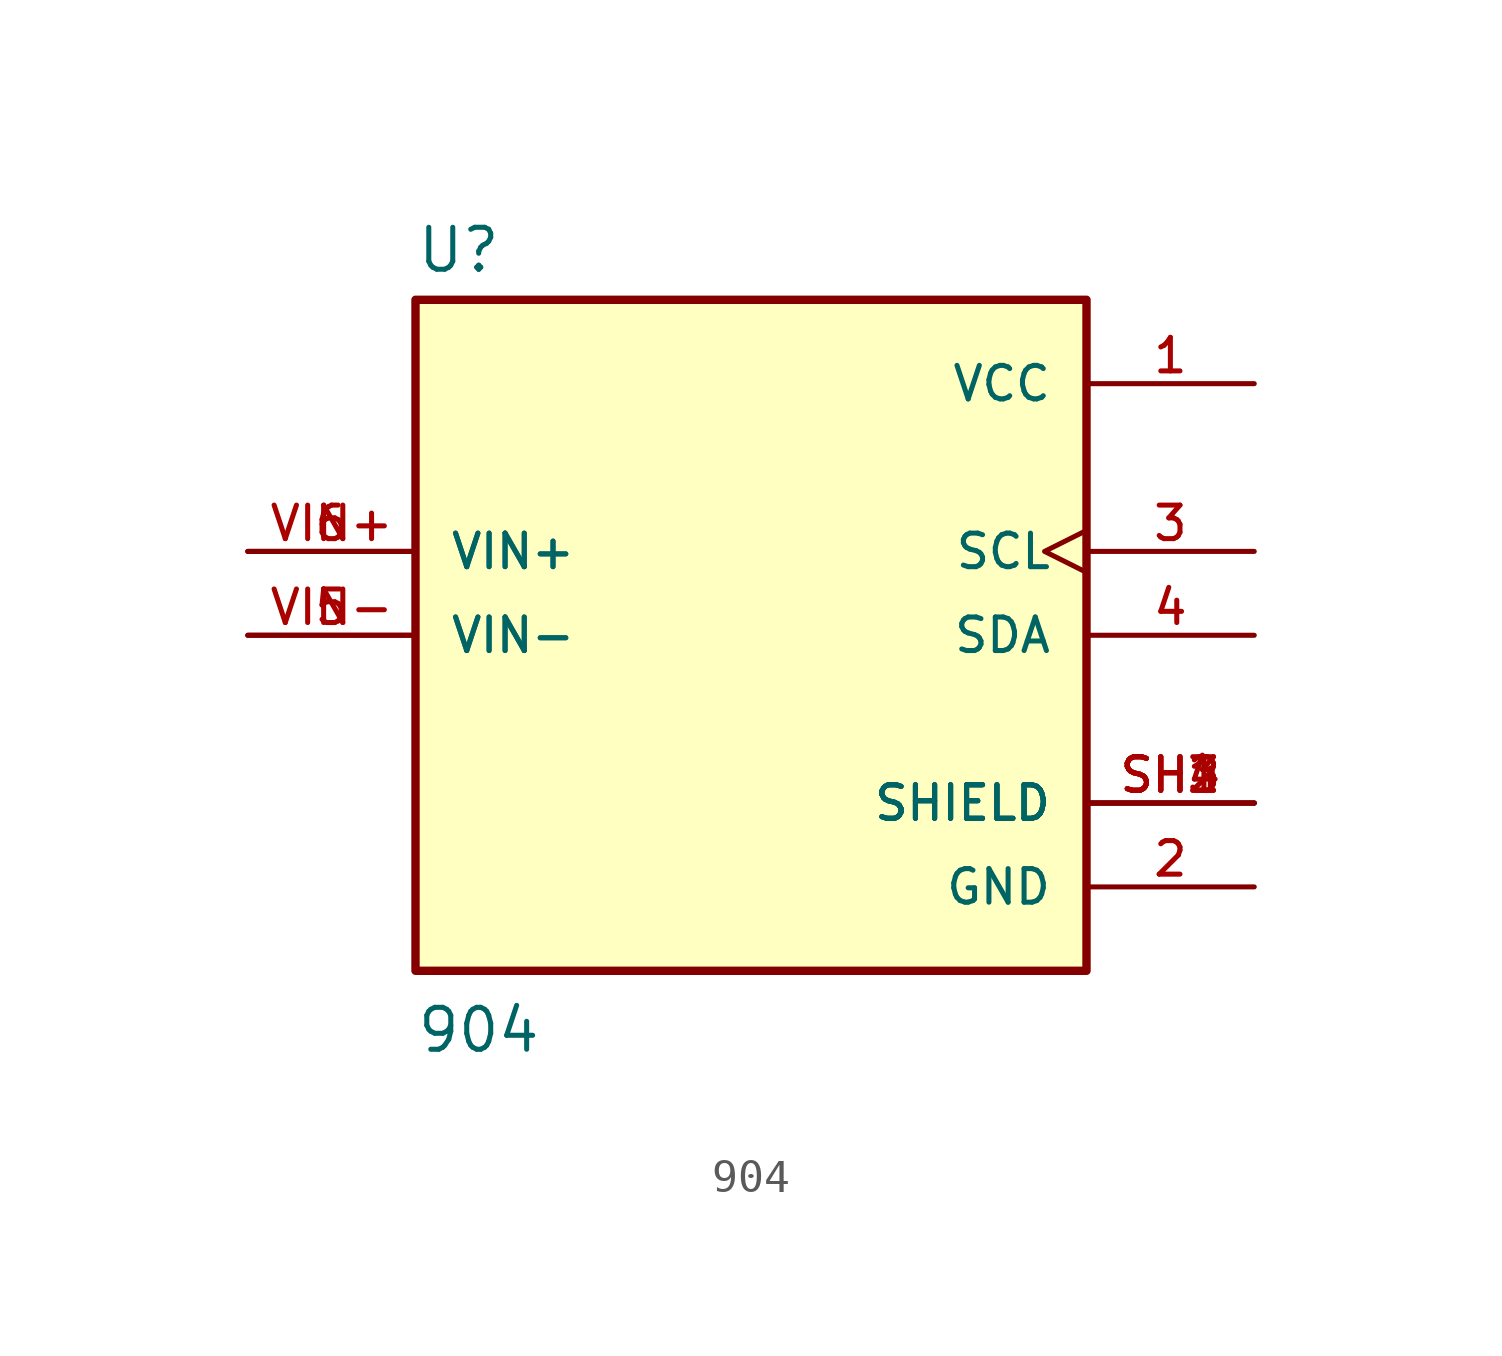
<source format=kicad_sym>
(kicad_symbol_lib
  (version 20211014)
  (generator kicad_symbol_editor)
  (symbol "904"
    (pin_names
      (offset 1.016))
    (property "Reference" "U"
      (at -10.16 10.922 0)
      (effects (font (size 1.27 1.27)) (justify bottom left)))
    (property "Value" "904"
      (at -10.16 -12.7 0)
      (effects (font (size 1.27 1.27)) (justify bottom left)))
    (symbol "904_0_0"
      (rectangle (start -10.16 -10.16) (end 10.16 10.16) (stroke (width 0.254)) (fill (type background)))
      (pin power_in line (at 15.24 7.62 180.0) (length 5.08) (name "VCC" (effects (font (size 1.016 1.016)))) (number "1" (effects (font (size 1.016 1.016)))))
      (pin power_in line (at 15.24 -7.62 180.0) (length 5.08) (name "GND" (effects (font (size 1.016 1.016)))) (number "2" (effects (font (size 1.016 1.016)))))
      (pin input line (at -15.24 2.54 0) (length 5.08) (name "VIN+" (effects (font (size 1.016 1.016)))) (number "6" (effects (font (size 1.016 1.016)))))
      (pin input line (at -15.24 2.54 0) (length 5.08) (name "VIN+" (effects (font (size 1.016 1.016)))) (number "VIN+" (effects (font (size 1.016 1.016)))))
      (pin input line (at -15.24 0.0 0) (length 5.08) (name "VIN-" (effects (font (size 1.016 1.016)))) (number "5" (effects (font (size 1.016 1.016)))))
      (pin input line (at -15.24 0.0 0) (length 5.08) (name "VIN-" (effects (font (size 1.016 1.016)))) (number "VIN-" (effects (font (size 1.016 1.016)))))
      (pin input clock (at 15.24 2.54 180.0) (length 5.08) (name "SCL" (effects (font (size 1.016 1.016)))) (number "3" (effects (font (size 1.016 1.016)))))
      (pin bidirectional line (at 15.24 0.0 180.0) (length 5.08) (name "SDA" (effects (font (size 1.016 1.016)))) (number "4" (effects (font (size 1.016 1.016)))))
      (pin passive line (at 15.24 -5.08 180.0) (length 5.08) (name "SHIELD" (effects (font (size 1.016 1.016)))) (number "SH1" (effects (font (size 1.016 1.016)))))
      (pin passive line (at 15.24 -5.08 180.0) (length 5.08) (name "SHIELD" (effects (font (size 1.016 1.016)))) (number "SH2" (effects (font (size 1.016 1.016)))))
      (pin passive line (at 15.24 -5.08 180.0) (length 5.08) (name "SHIELD" (effects (font (size 1.016 1.016)))) (number "SH3" (effects (font (size 1.016 1.016)))))
      (pin passive line (at 15.24 -5.08 180.0) (length 5.08) (name "SHIELD" (effects (font (size 1.016 1.016)))) (number "SH4" (effects (font (size 1.016 1.016))))))))
</source>
